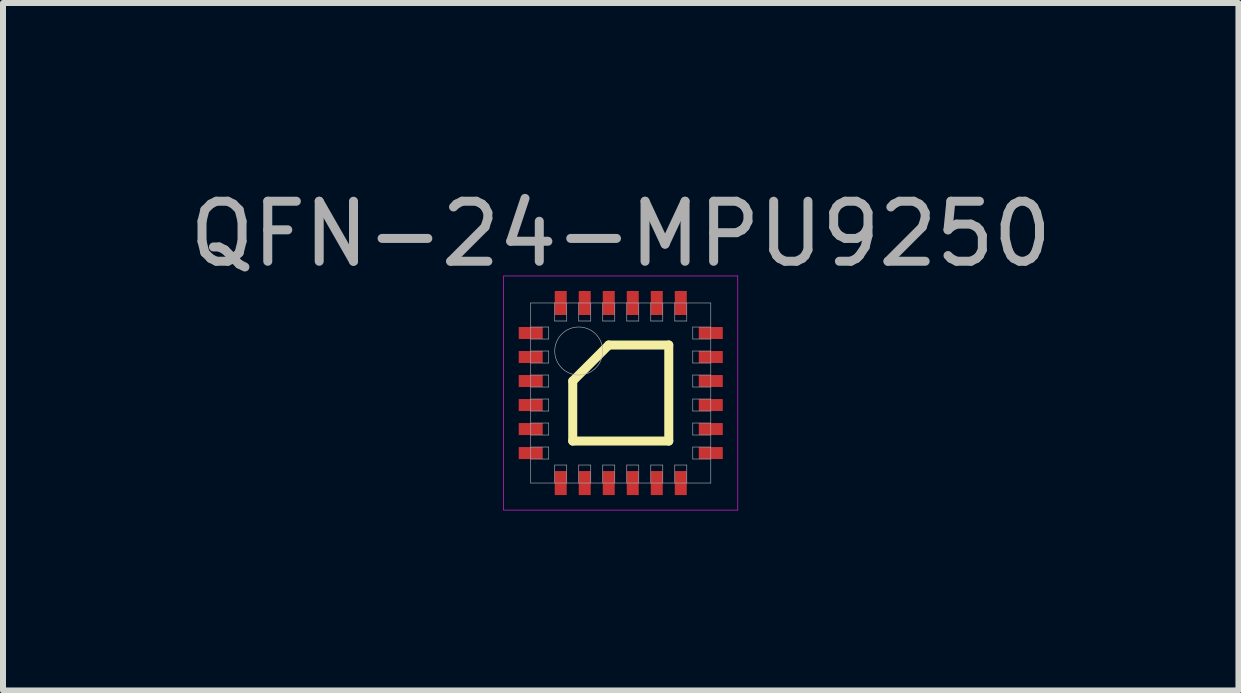
<source format=kicad_pcb>
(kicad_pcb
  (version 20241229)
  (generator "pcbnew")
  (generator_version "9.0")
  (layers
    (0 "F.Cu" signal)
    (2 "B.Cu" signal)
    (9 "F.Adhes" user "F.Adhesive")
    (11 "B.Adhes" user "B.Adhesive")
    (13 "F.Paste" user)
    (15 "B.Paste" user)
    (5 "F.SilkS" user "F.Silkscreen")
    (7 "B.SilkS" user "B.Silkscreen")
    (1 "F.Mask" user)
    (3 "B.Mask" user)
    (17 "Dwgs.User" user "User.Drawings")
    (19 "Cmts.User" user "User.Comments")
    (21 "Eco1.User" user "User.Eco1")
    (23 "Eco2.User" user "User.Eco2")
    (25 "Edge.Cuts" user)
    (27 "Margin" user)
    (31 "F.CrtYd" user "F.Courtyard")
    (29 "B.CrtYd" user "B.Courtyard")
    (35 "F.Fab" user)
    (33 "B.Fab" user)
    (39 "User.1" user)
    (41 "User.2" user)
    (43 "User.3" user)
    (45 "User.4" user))
  (footprint "QFN-24-MPU9250"
    (layer "F.Cu")
    (at 7.292 3.498)
    (property "Reference" "QFN-24-MPU9250" (at 0 -2.65 0) (layer "F.Fab") (effects (font (size 1 1) (thickness 0.15))))
    (attr through_hole)
    (fp_line (start -0.8 -0.2) (end -0.2 -0.8) (stroke (width 0.15) (type solid)) (layer "F.SilkS"))
    (fp_line (start -0.8 0.8) (end -0.8 -0.2) (stroke (width 0.15) (type solid)) (layer "F.SilkS"))
    (fp_line (start -0.2 -0.8) (end 0.8 -0.8) (stroke (width 0.15) (type solid)) (layer "F.SilkS"))
    (fp_line (start 0.8 -0.8) (end 0.8 0.8) (stroke (width 0.15) (type solid)) (layer "F.SilkS"))
    (fp_line (start 0.8 0.8) (end -0.8 0.8) (stroke (width 0.15) (type solid)) (layer "F.SilkS"))
    (fp_line (start -1.95 -1.95) (end 1.95 -1.95) (stroke (width 0.01) (type solid)) (layer "F.CrtYd"))
    (fp_line (start -1.95 1.95) (end -1.95 -1.95) (stroke (width 0.01) (type solid)) (layer "F.CrtYd"))
    (fp_line (start 1.95 -1.95) (end 1.95 1.95) (stroke (width 0.01) (type solid)) (layer "F.CrtYd"))
    (fp_line (start 1.95 1.95) (end -1.95 1.95) (stroke (width 0.01) (type solid)) (layer "F.CrtYd"))
    (fp_line (start -1.5 -1.5) (end 1.5 -1.5) (stroke (width 0.01) (type solid)) (layer "F.Fab"))
    (fp_line (start -1.5 -0.9) (end -1.2 -0.9) (stroke (width 0.01) (type solid)) (layer "F.Fab"))
    (fp_line (start -1.5 -0.5) (end -1.2 -0.5) (stroke (width 0.01) (type solid)) (layer "F.Fab"))
    (fp_line (start -1.5 -0.1) (end -1.2 -0.1) (stroke (width 0.01) (type solid)) (layer "F.Fab"))
    (fp_line (start -1.5 0.3) (end -1.2 0.3) (stroke (width 0.01) (type solid)) (layer "F.Fab"))
    (fp_line (start -1.5 0.7) (end -1.2 0.7) (stroke (width 0.01) (type solid)) (layer "F.Fab"))
    (fp_line (start -1.5 1.1) (end -1.2 1.1) (stroke (width 0.01) (type solid)) (layer "F.Fab"))
    (fp_line (start -1.5 1.5) (end -1.5 -1.5) (stroke (width 0.01) (type solid)) (layer "F.Fab"))
    (fp_line (start -1.2 -1.1) (end -1.5 -1.1) (stroke (width 0.01) (type solid)) (layer "F.Fab"))
    (fp_line (start -1.2 -0.9) (end -1.2 -1.1) (stroke (width 0.01) (type solid)) (layer "F.Fab"))
    (fp_line (start -1.2 -0.7) (end -1.5 -0.7) (stroke (width 0.01) (type solid)) (layer "F.Fab"))
    (fp_line (start -1.2 -0.5) (end -1.2 -0.7) (stroke (width 0.01) (type solid)) (layer "F.Fab"))
    (fp_line (start -1.2 -0.3) (end -1.5 -0.3) (stroke (width 0.01) (type solid)) (layer "F.Fab"))
    (fp_line (start -1.2 -0.1) (end -1.2 -0.3) (stroke (width 0.01) (type solid)) (layer "F.Fab"))
    (fp_line (start -1.2 0.1) (end -1.5 0.1) (stroke (width 0.01) (type solid)) (layer "F.Fab"))
    (fp_line (start -1.2 0.3) (end -1.2 0.1) (stroke (width 0.01) (type solid)) (layer "F.Fab"))
    (fp_line (start -1.2 0.5) (end -1.5 0.5) (stroke (width 0.01) (type solid)) (layer "F.Fab"))
    (fp_line (start -1.2 0.7) (end -1.2 0.5) (stroke (width 0.01) (type solid)) (layer "F.Fab"))
    (fp_line (start -1.2 0.9) (end -1.5 0.9) (stroke (width 0.01) (type solid)) (layer "F.Fab"))
    (fp_line (start -1.2 1.1) (end -1.2 0.9) (stroke (width 0.01) (type solid)) (layer "F.Fab"))
    (fp_line (start -1.1 -1.5) (end -1.1 -1.2) (stroke (width 0.01) (type solid)) (layer "F.Fab"))
    (fp_line (start -1.1 -1.2) (end -0.9 -1.2) (stroke (width 0.01) (type solid)) (layer "F.Fab"))
    (fp_line (start -1.1 1.2) (end -1.1 1.5) (stroke (width 0.01) (type solid)) (layer "F.Fab"))
    (fp_line (start -0.9 -1.2) (end -0.9 -1.5) (stroke (width 0.01) (type solid)) (layer "F.Fab"))
    (fp_line (start -0.9 1.2) (end -1.1 1.2) (stroke (width 0.01) (type solid)) (layer "F.Fab"))
    (fp_line (start -0.9 1.5) (end -0.9 1.2) (stroke (width 0.01) (type solid)) (layer "F.Fab"))
    (fp_line (start -0.7 -1.5) (end -0.7 -1.2) (stroke (width 0.01) (type solid)) (layer "F.Fab"))
    (fp_line (start -0.7 -1.2) (end -0.5 -1.2) (stroke (width 0.01) (type solid)) (layer "F.Fab"))
    (fp_line (start -0.7 1.2) (end -0.7 1.5) (stroke (width 0.01) (type solid)) (layer "F.Fab"))
    (fp_line (start -0.5 -1.2) (end -0.5 -1.5) (stroke (width 0.01) (type solid)) (layer "F.Fab"))
    (fp_line (start -0.5 1.2) (end -0.7 1.2) (stroke (width 0.01) (type solid)) (layer "F.Fab"))
    (fp_line (start -0.5 1.5) (end -0.5 1.2) (stroke (width 0.01) (type solid)) (layer "F.Fab"))
    (fp_line (start -0.3 -1.5) (end -0.3 -1.2) (stroke (width 0.01) (type solid)) (layer "F.Fab"))
    (fp_line (start -0.3 -1.2) (end -0.1 -1.2) (stroke (width 0.01) (type solid)) (layer "F.Fab"))
    (fp_line (start -0.3 1.2) (end -0.3 1.5) (stroke (width 0.01) (type solid)) (layer "F.Fab"))
    (fp_line (start -0.1 -1.2) (end -0.1 -1.5) (stroke (width 0.01) (type solid)) (layer "F.Fab"))
    (fp_line (start -0.1 1.2) (end -0.3 1.2) (stroke (width 0.01) (type solid)) (layer "F.Fab"))
    (fp_line (start -0.1 1.5) (end -0.1 1.2) (stroke (width 0.01) (type solid)) (layer "F.Fab"))
    (fp_line (start 0.1 -1.5) (end 0.1 -1.2) (stroke (width 0.01) (type solid)) (layer "F.Fab"))
    (fp_line (start 0.1 -1.2) (end 0.3 -1.2) (stroke (width 0.01) (type solid)) (layer "F.Fab"))
    (fp_line (start 0.1 1.2) (end 0.1 1.5) (stroke (width 0.01) (type solid)) (layer "F.Fab"))
    (fp_line (start 0.3 -1.2) (end 0.3 -1.5) (stroke (width 0.01) (type solid)) (layer "F.Fab"))
    (fp_line (start 0.3 1.2) (end 0.1 1.2) (stroke (width 0.01) (type solid)) (layer "F.Fab"))
    (fp_line (start 0.3 1.5) (end 0.3 1.2) (stroke (width 0.01) (type solid)) (layer "F.Fab"))
    (fp_line (start 0.5 -1.5) (end 0.5 -1.2) (stroke (width 0.01) (type solid)) (layer "F.Fab"))
    (fp_line (start 0.5 -1.2) (end 0.7 -1.2) (stroke (width 0.01) (type solid)) (layer "F.Fab"))
    (fp_line (start 0.5 1.2) (end 0.5 1.5) (stroke (width 0.01) (type solid)) (layer "F.Fab"))
    (fp_line (start 0.7 -1.2) (end 0.7 -1.5) (stroke (width 0.01) (type solid)) (layer "F.Fab"))
    (fp_line (start 0.7 1.2) (end 0.5 1.2) (stroke (width 0.01) (type solid)) (layer "F.Fab"))
    (fp_line (start 0.7 1.5) (end 0.7 1.2) (stroke (width 0.01) (type solid)) (layer "F.Fab"))
    (fp_line (start 0.9 -1.5) (end 0.9 -1.2) (stroke (width 0.01) (type solid)) (layer "F.Fab"))
    (fp_line (start 0.9 -1.2) (end 1.1 -1.2) (stroke (width 0.01) (type solid)) (layer "F.Fab"))
    (fp_line (start 0.9 1.2) (end 0.9 1.5) (stroke (width 0.01) (type solid)) (layer "F.Fab"))
    (fp_line (start 1.1 -1.2) (end 1.1 -1.5) (stroke (width 0.01) (type solid)) (layer "F.Fab"))
    (fp_line (start 1.1 1.2) (end 0.9 1.2) (stroke (width 0.01) (type solid)) (layer "F.Fab"))
    (fp_line (start 1.1 1.5) (end 1.1 1.2) (stroke (width 0.01) (type solid)) (layer "F.Fab"))
    (fp_line (start 1.2 -1.1) (end 1.2 -0.9) (stroke (width 0.01) (type solid)) (layer "F.Fab"))
    (fp_line (start 1.2 -0.9) (end 1.5 -0.9) (stroke (width 0.01) (type solid)) (layer "F.Fab"))
    (fp_line (start 1.2 -0.7) (end 1.2 -0.5) (stroke (width 0.01) (type solid)) (layer "F.Fab"))
    (fp_line (start 1.2 -0.5) (end 1.5 -0.5) (stroke (width 0.01) (type solid)) (layer "F.Fab"))
    (fp_line (start 1.2 -0.3) (end 1.2 -0.1) (stroke (width 0.01) (type solid)) (layer "F.Fab"))
    (fp_line (start 1.2 -0.1) (end 1.5 -0.1) (stroke (width 0.01) (type solid)) (layer "F.Fab"))
    (fp_line (start 1.2 0.1) (end 1.2 0.3) (stroke (width 0.01) (type solid)) (layer "F.Fab"))
    (fp_line (start 1.2 0.3) (end 1.5 0.3) (stroke (width 0.01) (type solid)) (layer "F.Fab"))
    (fp_line (start 1.2 0.5) (end 1.2 0.7) (stroke (width 0.01) (type solid)) (layer "F.Fab"))
    (fp_line (start 1.2 0.7) (end 1.5 0.7) (stroke (width 0.01) (type solid)) (layer "F.Fab"))
    (fp_line (start 1.2 0.9) (end 1.2 1.1) (stroke (width 0.01) (type solid)) (layer "F.Fab"))
    (fp_line (start 1.2 1.1) (end 1.5 1.1) (stroke (width 0.01) (type solid)) (layer "F.Fab"))
    (fp_line (start 1.5 -1.5) (end 1.5 1.5) (stroke (width 0.01) (type solid)) (layer "F.Fab"))
    (fp_line (start 1.5 -1.1) (end 1.2 -1.1) (stroke (width 0.01) (type solid)) (layer "F.Fab"))
    (fp_line (start 1.5 -0.7) (end 1.2 -0.7) (stroke (width 0.01) (type solid)) (layer "F.Fab"))
    (fp_line (start 1.5 -0.3) (end 1.2 -0.3) (stroke (width 0.01) (type solid)) (layer "F.Fab"))
    (fp_line (start 1.5 0.1) (end 1.2 0.1) (stroke (width 0.01) (type solid)) (layer "F.Fab"))
    (fp_line (start 1.5 0.5) (end 1.2 0.5) (stroke (width 0.01) (type solid)) (layer "F.Fab"))
    (fp_line (start 1.5 0.9) (end 1.2 0.9) (stroke (width 0.01) (type solid)) (layer "F.Fab"))
    (fp_line (start 1.5 1.5) (end -1.5 1.5) (stroke (width 0.01) (type solid)) (layer "F.Fab"))
    (fp_circle (center -0.7 -0.7) (end -0.7 -0.3) (stroke (width 0.01) (type solid)) (fill no) (layer "F.Fab"))
    (pad "1" smd rect (at -1.5 -1) (size 0.4 0.2) (layers "F.Cu" "F.Mask" "F.Paste"))
    (pad "2" smd rect (at -1.5 -0.6) (size 0.4 0.2) (layers "F.Cu" "F.Mask" "F.Paste"))
    (pad "3" smd rect (at -1.5 -0.2) (size 0.4 0.2) (layers "F.Cu" "F.Mask" "F.Paste"))
    (pad "4" smd rect (at -1.5 0.2) (size 0.4 0.2) (layers "F.Cu" "F.Mask" "F.Paste"))
    (pad "5" smd rect (at -1.5 0.6) (size 0.4 0.2) (layers "F.Cu" "F.Mask" "F.Paste"))
    (pad "6" smd rect (at -1.5 1) (size 0.4 0.2) (layers "F.Cu" "F.Mask" "F.Paste"))
    (pad "7" smd rect (at -1 1.5) (size 0.2 0.4) (layers "F.Cu" "F.Mask" "F.Paste"))
    (pad "8" smd rect (at -0.6 1.5) (size 0.2 0.4) (layers "F.Cu" "F.Mask" "F.Paste"))
    (pad "9" smd rect (at -0.2 1.5) (size 0.2 0.4) (layers "F.Cu" "F.Mask" "F.Paste"))
    (pad "10" smd rect (at 0.2 1.5) (size 0.2 0.4) (layers "F.Cu" "F.Mask" "F.Paste"))
    (pad "11" smd rect (at 0.6 1.5) (size 0.2 0.4) (layers "F.Cu" "F.Mask" "F.Paste"))
    (pad "12" smd rect (at 1 1.5) (size 0.2 0.4) (layers "F.Cu" "F.Mask" "F.Paste"))
    (pad "13" smd rect (at 1.5 1) (size 0.4 0.2) (layers "F.Cu" "F.Mask" "F.Paste"))
    (pad "14" smd rect (at 1.5 0.6) (size 0.4 0.2) (layers "F.Cu" "F.Mask" "F.Paste"))
    (pad "15" smd rect (at 1.5 0.2) (size 0.4 0.2) (layers "F.Cu" "F.Mask" "F.Paste"))
    (pad "16" smd rect (at 1.5 -0.2) (size 0.4 0.2) (layers "F.Cu" "F.Mask" "F.Paste"))
    (pad "17" smd rect (at 1.5 -0.6) (size 0.4 0.2) (layers "F.Cu" "F.Mask" "F.Paste"))
    (pad "18" smd rect (at 1.5 -1) (size 0.4 0.2) (layers "F.Cu" "F.Mask" "F.Paste"))
    (pad "19" smd rect (at 1 -1.5) (size 0.2 0.4) (layers "F.Cu" "F.Mask" "F.Paste"))
    (pad "20" smd rect (at 0.6 -1.5) (size 0.2 0.4) (layers "F.Cu" "F.Mask" "F.Paste"))
    (pad "21" smd rect (at 0.2 -1.5) (size 0.2 0.4) (layers "F.Cu" "F.Mask" "F.Paste"))
    (pad "22" smd rect (at -0.2 -1.5) (size 0.2 0.4) (layers "F.Cu" "F.Mask" "F.Paste"))
    (pad "23" smd rect (at -0.6 -1.5) (size 0.2 0.4) (layers "F.Cu" "F.Mask" "F.Paste"))
    (pad "24" smd rect (at -1 -1.5) (size 0.2 0.4) (layers "F.Cu" "F.Mask" "F.Paste")))
  (gr_rect
    (start -3 -3)
    (end 17.583 8.453)
    (stroke (width 0.1) (type default))
    (fill no)
    (layer "Edge.Cuts")))
</source>
